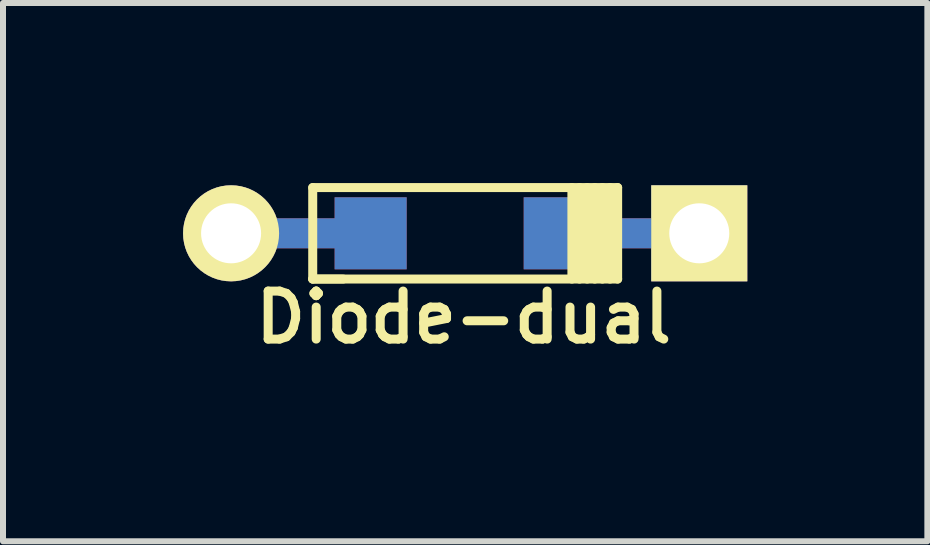
<source format=kicad_pcb>
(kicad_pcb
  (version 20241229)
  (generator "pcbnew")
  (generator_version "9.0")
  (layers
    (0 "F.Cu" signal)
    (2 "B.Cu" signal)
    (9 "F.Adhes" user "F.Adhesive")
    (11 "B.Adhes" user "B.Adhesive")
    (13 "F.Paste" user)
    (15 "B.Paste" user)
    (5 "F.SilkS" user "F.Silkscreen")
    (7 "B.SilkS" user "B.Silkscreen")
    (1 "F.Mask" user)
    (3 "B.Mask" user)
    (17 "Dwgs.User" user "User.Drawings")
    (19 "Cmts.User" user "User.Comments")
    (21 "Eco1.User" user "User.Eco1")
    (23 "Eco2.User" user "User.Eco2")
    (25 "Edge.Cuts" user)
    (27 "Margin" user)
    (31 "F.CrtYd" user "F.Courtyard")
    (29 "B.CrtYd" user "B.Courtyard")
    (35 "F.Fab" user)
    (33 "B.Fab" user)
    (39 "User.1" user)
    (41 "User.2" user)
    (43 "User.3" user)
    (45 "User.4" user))
  (footprint "Diode-dual"
    (layer "F.Cu")
    (at 4.7 0.837)
    (property "Reference" "Diode-dual" (at -0.025 1.4 0) (layer "F.SilkS") (effects (font (size 0.8 0.8) (thickness 0.15))))
    (attr smd)
    (fp_line (start -2.54 0.762) (end -2.032 0.762) (stroke (width 0.15) (type solid)) (layer "F.SilkS"))
    (fp_line (start -2.54 0.762) (end 2.54 0.762) (stroke (width 0.15) (type solid)) (layer "F.SilkS"))
    (fp_line (start -2.54 -0.762) (end -2.54 0.762) (stroke (width 0.15) (type solid)) (layer "F.SilkS"))
    (fp_line (start 1.778 0.762) (end 1.778 -0.762) (stroke (width 0.15) (type solid)) (layer "F.SilkS"))
    (fp_line (start 1.905 0.762) (end 1.905 -0.762) (stroke (width 0.15) (type solid)) (layer "F.SilkS"))
    (fp_line (start 2.032 -0.762) (end 2.032 0.762) (stroke (width 0.15) (type solid)) (layer "F.SilkS"))
    (fp_line (start 2.159 0.762) (end 2.159 -0.762) (stroke (width 0.15) (type solid)) (layer "F.SilkS"))
    (fp_line (start 2.286 -0.762) (end 2.286 0.762) (stroke (width 0.15) (type solid)) (layer "F.SilkS"))
    (fp_line (start 2.413 0.762) (end 2.413 -0.762) (stroke (width 0.15) (type solid)) (layer "F.SilkS"))
    (fp_line (start 2.54 0.762) (end 2.54 -0.762) (stroke (width 0.15) (type solid)) (layer "F.SilkS"))
    (fp_line (start 2.54 -0.762) (end -2.54 -0.762) (stroke (width 0.15) (type solid)) (layer "F.SilkS"))
    (pad "1" smd rect (at 1.575 0) (size 1.2 1.2) (layers "F.Cu" "F.Mask" "F.Paste"))
    (pad "1" smd rect (at 1.575 0) (size 1.2 1.2) (layers "B.Cu" "B.Mask" "B.Paste"))
    (pad "1" smd rect (at 2.7 0) (size 2.5 0.5) (layers "F.Cu"))
    (pad "1" smd rect (at 2.7 0) (size 2.5 0.5) (layers "B.Cu"))
    (pad "1" thru_hole rect (at 3.9 0) (size 1.6 1.6) (drill 1) (layers "*.Cu" "*.Mask" "F.SilkS"))
    (pad "2" thru_hole circle (at -3.9 0) (size 1.6 1.6) (drill 1) (layers "*.Cu" "*.Mask" "F.SilkS"))
    (pad "2" smd rect (at -2.7 0) (size 2.5 0.5) (layers "F.Cu"))
    (pad "2" smd rect (at -2.7 0) (size 2.5 0.5) (layers "B.Cu"))
    (pad "2" smd rect (at -1.575 0) (size 1.2 1.2) (layers "F.Cu" "F.Mask" "F.Paste"))
    (pad "2" smd rect (at -1.575 0) (size 1.2 1.2) (layers "B.Cu" "B.Mask" "B.Paste")))
  (gr_rect
    (start -3 -3)
    (end 12.4 5.968)
    (stroke (width 0.1) (type default))
    (fill no)
    (layer "Edge.Cuts")))
</source>
